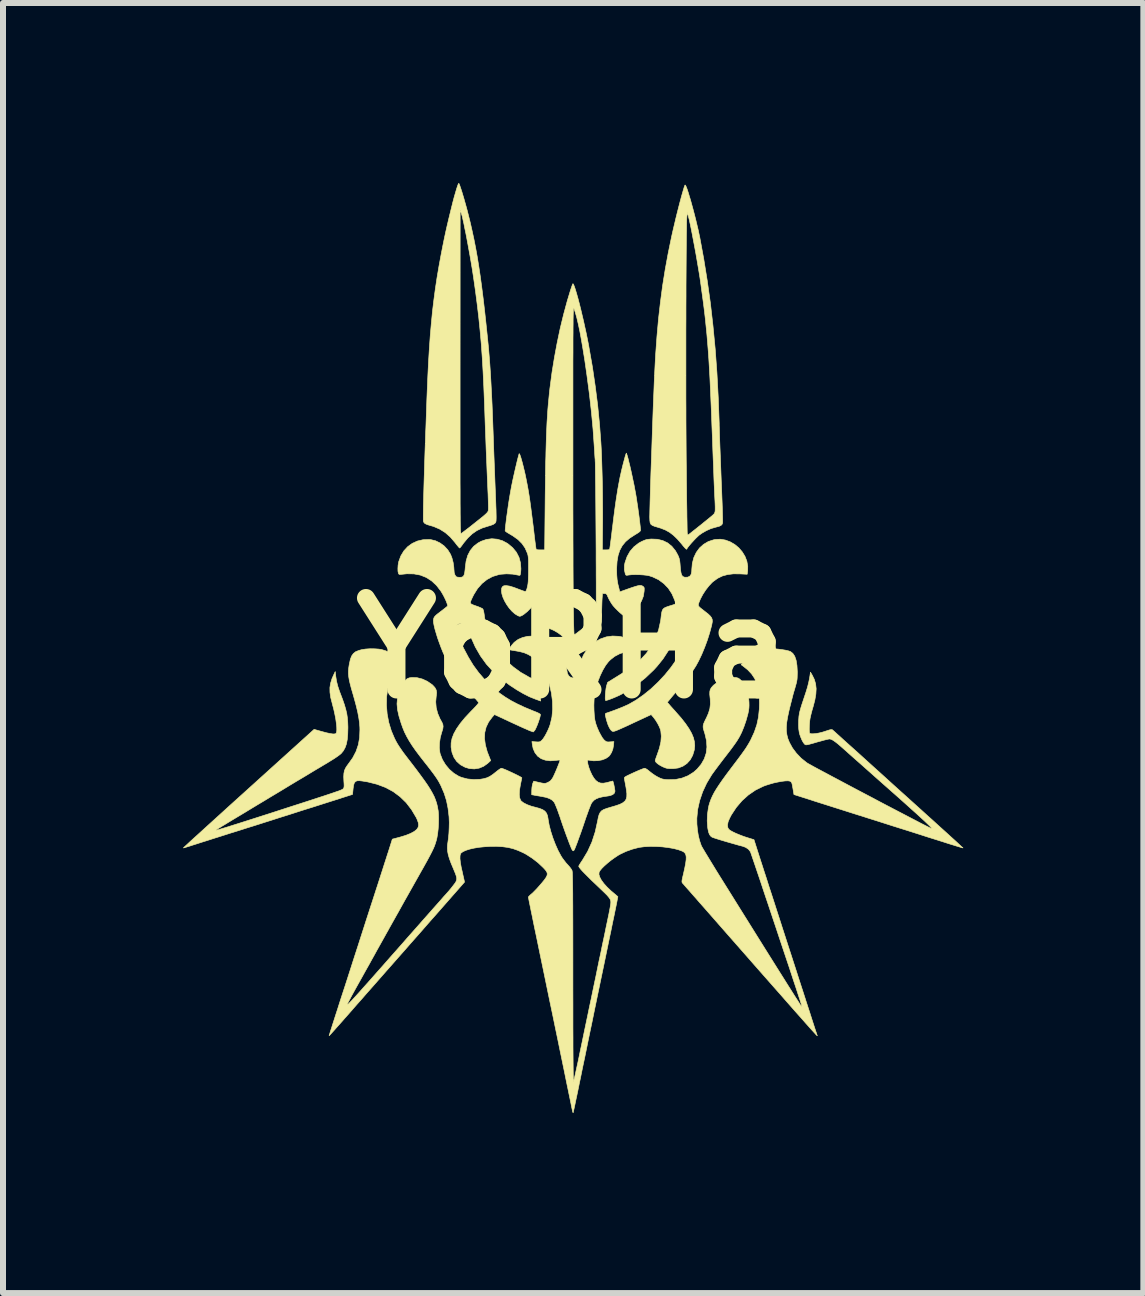
<source format=kicad_pcb>
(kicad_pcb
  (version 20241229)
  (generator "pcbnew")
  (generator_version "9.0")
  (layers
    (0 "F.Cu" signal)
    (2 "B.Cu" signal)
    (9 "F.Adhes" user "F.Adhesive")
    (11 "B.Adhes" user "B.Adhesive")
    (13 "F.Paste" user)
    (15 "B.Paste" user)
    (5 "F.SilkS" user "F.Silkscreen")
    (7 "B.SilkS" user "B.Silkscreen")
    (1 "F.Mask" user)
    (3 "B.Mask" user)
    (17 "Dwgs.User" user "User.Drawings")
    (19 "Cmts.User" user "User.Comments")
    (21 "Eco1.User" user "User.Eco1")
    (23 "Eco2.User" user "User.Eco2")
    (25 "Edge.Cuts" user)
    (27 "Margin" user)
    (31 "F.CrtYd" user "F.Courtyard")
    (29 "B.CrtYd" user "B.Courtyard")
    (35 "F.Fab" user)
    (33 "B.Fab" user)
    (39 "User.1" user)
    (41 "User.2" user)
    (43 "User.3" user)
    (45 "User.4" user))
  (footprint "YoRHa"
    (layer "F.Cu")
    (at 6.494 7.747)
    (property "Reference" "YoRHa" (at 0 0 0) (layer "F.SilkS") (effects (font (size 1.524 1.524) (thickness 0.3))))
    (attr through_hole)
    (fp_poly (pts (xy -1.894 -7.733) (xy -1.884 -7.706) (xy -1.87 -7.665) (xy -1.852 -7.611) (xy -1.833 -7.548) (xy -1.812 -7.477) (xy -1.791 -7.402) (xy -1.769 -7.324) (xy -1.749 -7.246) (xy -1.743 -7.222) (xy -1.709 -7.086) (xy -1.678 -6.949) (xy -1.648 -6.81) (xy -1.62 -6.667) (xy -1.593 -6.518) (xy -1.568 -6.362) (xy -1.543 -6.196) (xy -1.519 -6.019) (xy -1.495 -5.829) (xy -1.471 -5.625) (xy -1.447 -5.404) (xy -1.422 -5.165) (xy -1.418 -5.126) (xy -1.405 -4.996) (xy -1.394 -4.862) (xy -1.383 -4.721) (xy -1.373 -4.572) (xy -1.364 -4.412) (xy -1.355 -4.24) (xy -1.346 -4.054) (xy -1.338 -3.853) (xy -1.33 -3.633) (xy -1.326 -3.526) (xy -1.322 -3.412) (xy -1.318 -3.288) (xy -1.313 -3.159) (xy -1.308 -3.029) (xy -1.303 -2.905) (xy -1.299 -2.791) (xy -1.295 -2.692) (xy -1.29 -2.569) (xy -1.286 -2.464) (xy -1.283 -2.376) (xy -1.28 -2.304) (xy -1.279 -2.246) (xy -1.278 -2.199) (xy -1.278 -2.164) (xy -1.279 -2.137) (xy -1.28 -2.118) (xy -1.283 -2.105) (xy -1.286 -2.096) (xy -1.29 -2.089) (xy -1.295 -2.083) (xy -1.298 -2.08) (xy -1.325 -2.061) (xy -1.37 -2.044) (xy -1.41 -2.032) (xy -1.511 -2) (xy -1.599 -1.958) (xy -1.678 -1.903) (xy -1.751 -1.834) (xy -1.822 -1.748) (xy -1.846 -1.714) (xy -1.866 -1.688) (xy -1.881 -1.671) (xy -1.887 -1.667) (xy -1.896 -1.675) (xy -1.914 -1.696) (xy -1.939 -1.726) (xy -1.963 -1.758) (xy -2.042 -1.85) (xy -2.126 -1.924) (xy -2.218 -1.982) (xy -2.32 -2.026) (xy -2.372 -2.041) (xy -2.42 -2.055) (xy -2.451 -2.068) (xy -2.472 -2.081) (xy -2.484 -2.097) (xy -2.49 -2.111) (xy -2.492 -2.126) (xy -2.492 -2.161) (xy -2.492 -2.215) (xy -2.491 -2.288) (xy -2.49 -2.379) (xy -2.487 -2.486) (xy -2.484 -2.611) (xy -2.48 -2.751) (xy -2.475 -2.907) (xy -2.47 -3.078) (xy -2.464 -3.263) (xy -2.457 -3.461) (xy -2.452 -3.607) (xy -1.879 -3.607) (xy -1.879 -3.404) (xy -1.879 -3.218) (xy -1.879 -3.048) (xy -1.879 -2.893) (xy -1.879 -2.753) (xy -1.878 -2.627) (xy -1.878 -2.514) (xy -1.878 -2.413) (xy -1.877 -2.324) (xy -1.877 -2.247) (xy -1.876 -2.179) (xy -1.876 -2.121) (xy -1.875 -2.072) (xy -1.874 -2.031) (xy -1.873 -1.997) (xy -1.872 -1.97) (xy -1.871 -1.949) (xy -1.87 -1.933) (xy -1.868 -1.922) (xy -1.867 -1.915) (xy -1.865 -1.911) (xy -1.864 -1.909) (xy -1.862 -1.909) (xy -1.86 -1.91) (xy -1.846 -1.919) (xy -1.82 -1.939) (xy -1.782 -1.968) (xy -1.736 -2.003) (xy -1.685 -2.043) (xy -1.659 -2.064) (xy -1.591 -2.118) (xy -1.537 -2.161) (xy -1.496 -2.194) (xy -1.465 -2.221) (xy -1.443 -2.241) (xy -1.429 -2.256) (xy -1.419 -2.269) (xy -1.413 -2.28) (xy -1.411 -2.285) (xy -1.408 -2.304) (xy -1.407 -2.341) (xy -1.408 -2.398) (xy -1.41 -2.472) (xy -1.413 -2.564) (xy -1.417 -2.646) (xy -1.423 -2.79) (xy -1.43 -2.95) (xy -1.437 -3.126) (xy -1.445 -3.313) (xy -1.452 -3.509) (xy -1.46 -3.711) (xy -1.467 -3.916) (xy -1.473 -4.084) (xy -1.484 -4.352) (xy -1.496 -4.602) (xy -1.51 -4.84) (xy -1.526 -5.067) (xy -1.546 -5.289) (xy -1.568 -5.507) (xy -1.594 -5.726) (xy -1.623 -5.95) (xy -1.656 -6.181) (xy -1.667 -6.253) (xy -1.68 -6.335) (xy -1.695 -6.424) (xy -1.711 -6.519) (xy -1.729 -6.618) (xy -1.747 -6.717) (xy -1.765 -6.814) (xy -1.783 -6.908) (xy -1.801 -6.994) (xy -1.816 -7.071) (xy -1.831 -7.137) (xy -1.842 -7.188) (xy -1.852 -7.222) (xy -1.854 -7.229) (xy -1.878 -7.3) (xy -1.879 -4.6) (xy -1.879 -4.323) (xy -1.879 -4.065) (xy -1.879 -3.827) (xy -1.879 -3.607) (xy -2.452 -3.607) (xy -2.449 -3.673) (xy -2.441 -3.897) (xy -2.433 -4.133) (xy -2.428 -4.257) (xy -2.417 -4.519) (xy -2.405 -4.763) (xy -2.391 -4.992) (xy -2.376 -5.207) (xy -2.358 -5.412) (xy -2.339 -5.609) (xy -2.316 -5.8) (xy -2.291 -5.987) (xy -2.263 -6.173) (xy -2.231 -6.361) (xy -2.196 -6.552) (xy -2.163 -6.721) (xy -2.142 -6.824) (xy -2.119 -6.931) (xy -2.095 -7.037) (xy -2.07 -7.143) (xy -2.045 -7.246) (xy -2.021 -7.344) (xy -1.998 -7.436) (xy -1.976 -7.519) (xy -1.955 -7.591) (xy -1.937 -7.652) (xy -1.922 -7.698) (xy -1.91 -7.729) (xy -1.902 -7.742) (xy -1.901 -7.742) (xy -1.894 -7.733)) (stroke (width 0.01) (type solid)) (fill yes) (layer "F.SilkS"))
    (fp_poly (pts (xy 1.876 -7.71) (xy 1.887 -7.688) (xy 1.902 -7.65) (xy 1.919 -7.599) (xy 1.938 -7.536) (xy 1.96 -7.464) (xy 1.982 -7.384) (xy 2.005 -7.3) (xy 2.028 -7.212) (xy 2.05 -7.124) (xy 2.071 -7.036) (xy 2.091 -6.952) (xy 2.107 -6.874) (xy 2.113 -6.848) (xy 2.18 -6.484) (xy 2.239 -6.118) (xy 2.291 -5.747) (xy 2.334 -5.37) (xy 2.371 -4.983) (xy 2.4 -4.585) (xy 2.422 -4.173) (xy 2.438 -3.743) (xy 2.438 -3.713) (xy 2.441 -3.627) (xy 2.444 -3.524) (xy 2.448 -3.408) (xy 2.453 -3.283) (xy 2.458 -3.152) (xy 2.463 -3.019) (xy 2.468 -2.887) (xy 2.473 -2.76) (xy 2.475 -2.723) (xy 2.479 -2.613) (xy 2.483 -2.508) (xy 2.487 -2.411) (xy 2.49 -2.323) (xy 2.492 -2.246) (xy 2.494 -2.181) (xy 2.495 -2.132) (xy 2.495 -2.099) (xy 2.494 -2.085) (xy 2.486 -2.062) (xy 2.468 -2.044) (xy 2.437 -2.029) (xy 2.391 -2.017) (xy 2.372 -2.012) (xy 2.301 -1.991) (xy 2.224 -1.957) (xy 2.151 -1.915) (xy 2.103 -1.881) (xy 2.078 -1.858) (xy 2.046 -1.827) (xy 2.012 -1.791) (xy 1.977 -1.753) (xy 1.946 -1.717) (xy 1.921 -1.686) (xy 1.905 -1.664) (xy 1.9 -1.654) (xy 1.897 -1.646) (xy 1.886 -1.651) (xy 1.866 -1.67) (xy 1.837 -1.703) (xy 1.809 -1.738) (xy 1.741 -1.816) (xy 1.677 -1.878) (xy 1.612 -1.928) (xy 1.542 -1.967) (xy 1.463 -1.998) (xy 1.407 -2.015) (xy 1.357 -2.03) (xy 1.322 -2.045) (xy 1.299 -2.063) (xy 1.287 -2.089) (xy 1.282 -2.126) (xy 1.28 -2.179) (xy 1.28 -2.193) (xy 1.281 -2.23) (xy 1.282 -2.286) (xy 1.284 -2.358) (xy 1.286 -2.446) (xy 1.289 -2.547) (xy 1.292 -2.66) (xy 1.296 -2.782) (xy 1.3 -2.913) (xy 1.305 -3.05) (xy 1.31 -3.192) (xy 1.315 -3.337) (xy 1.32 -3.484) (xy 1.325 -3.63) (xy 1.33 -3.773) (xy 1.335 -3.913) (xy 1.34 -4.047) (xy 1.345 -4.174) (xy 1.35 -4.292) (xy 1.354 -4.398) (xy 1.358 -4.493) (xy 1.362 -4.572) (xy 1.37 -4.732) (xy 1.883 -4.732) (xy 1.883 -4.541) (xy 1.883 -4.353) (xy 1.883 -4.168) (xy 1.884 -3.988) (xy 1.884 -3.813) (xy 1.885 -3.645) (xy 1.886 -3.485) (xy 1.887 -3.335) (xy 1.888 -3.195) (xy 1.889 -3.094) (xy 1.891 -2.941) (xy 1.892 -2.795) (xy 1.894 -2.654) (xy 1.895 -2.522) (xy 1.897 -2.399) (xy 1.899 -2.287) (xy 1.9 -2.187) (xy 1.902 -2.1) (xy 1.903 -2.027) (xy 1.904 -1.97) (xy 1.905 -1.931) (xy 1.906 -1.91) (xy 1.907 -1.907) (xy 1.914 -1.888) (xy 1.924 -1.888) (xy 1.935 -1.896) (xy 1.959 -1.915) (xy 1.995 -1.944) (xy 2.04 -1.979) (xy 2.091 -2.02) (xy 2.134 -2.054) (xy 2.189 -2.099) (xy 2.24 -2.14) (xy 2.284 -2.176) (xy 2.318 -2.204) (xy 2.34 -2.224) (xy 2.348 -2.231) (xy 2.358 -2.245) (xy 2.365 -2.261) (xy 2.37 -2.282) (xy 2.371 -2.313) (xy 2.371 -2.355) (xy 2.369 -2.412) (xy 2.367 -2.456) (xy 2.365 -2.491) (xy 2.363 -2.529) (xy 2.361 -2.57) (xy 2.359 -2.616) (xy 2.357 -2.668) (xy 2.354 -2.727) (xy 2.351 -2.796) (xy 2.348 -2.875) (xy 2.345 -2.965) (xy 2.341 -3.068) (xy 2.336 -3.186) (xy 2.331 -3.319) (xy 2.326 -3.47) (xy 2.319 -3.639) (xy 2.316 -3.713) (xy 2.308 -3.936) (xy 2.299 -4.14) (xy 2.291 -4.327) (xy 2.283 -4.5) (xy 2.274 -4.661) (xy 2.265 -4.812) (xy 2.255 -4.954) (xy 2.244 -5.09) (xy 2.233 -5.222) (xy 2.22 -5.351) (xy 2.207 -5.48) (xy 2.192 -5.61) (xy 2.175 -5.745) (xy 2.156 -5.884) (xy 2.136 -6.032) (xy 2.128 -6.091) (xy 2.116 -6.174) (xy 2.101 -6.267) (xy 2.084 -6.368) (xy 2.066 -6.474) (xy 2.047 -6.583) (xy 2.027 -6.691) (xy 2.007 -6.796) (xy 1.988 -6.897) (xy 1.97 -6.989) (xy 1.953 -7.07) (xy 1.938 -7.139) (xy 1.925 -7.191) (xy 1.918 -7.216) (xy 1.906 -7.259) (xy 1.899 -7.183) (xy 1.897 -7.156) (xy 1.895 -7.11) (xy 1.894 -7.045) (xy 1.893 -6.964) (xy 1.891 -6.868) (xy 1.89 -6.756) (xy 1.889 -6.632) (xy 1.888 -6.496) (xy 1.887 -6.349) (xy 1.886 -6.192) (xy 1.885 -6.027) (xy 1.885 -5.854) (xy 1.884 -5.675) (xy 1.884 -5.492) (xy 1.883 -5.304) (xy 1.883 -5.114) (xy 1.883 -4.923) (xy 1.883 -4.732) (xy 1.37 -4.732) (xy 1.379 -4.893) (xy 1.401 -5.197) (xy 1.427 -5.487) (xy 1.459 -5.767) (xy 1.495 -6.039) (xy 1.538 -6.307) (xy 1.587 -6.574) (xy 1.642 -6.842) (xy 1.652 -6.888) (xy 1.672 -6.976) (xy 1.694 -7.068) (xy 1.716 -7.162) (xy 1.739 -7.255) (xy 1.762 -7.345) (xy 1.784 -7.43) (xy 1.805 -7.509) (xy 1.824 -7.577) (xy 1.841 -7.635) (xy 1.854 -7.678) (xy 1.864 -7.706) (xy 1.869 -7.715) (xy 1.876 -7.71)) (stroke (width 0.01) (type solid)) (fill yes) (layer "F.SilkS"))
    (fp_poly (pts (xy -0.579 -0.194) (xy -0.492 -0.172) (xy -0.412 -0.137) (xy -0.381 -0.118) (xy -0.346 -0.092) (xy -0.308 -0.059) (xy -0.276 -0.029) (xy -0.206 0.052) (xy -0.155 0.135) (xy -0.122 0.222) (xy -0.105 0.314) (xy -0.105 0.319) (xy -0.101 0.361) (xy -0.095 0.399) (xy -0.09 0.424) (xy -0.069 0.462) (xy -0.037 0.487) (xy 0.002 0.498) (xy 0.042 0.492) (xy 0.052 0.487) (xy 0.074 0.466) (xy 0.093 0.428) (xy 0.108 0.378) (xy 0.116 0.324) (xy 0.136 0.217) (xy 0.174 0.12) (xy 0.229 0.032) (xy 0.284 -0.03) (xy 0.368 -0.101) (xy 0.46 -0.153) (xy 0.558 -0.187) (xy 0.66 -0.201) (xy 0.765 -0.196) (xy 0.813 -0.187) (xy 0.888 -0.162) (xy 0.954 -0.121) (xy 1.013 -0.064) (xy 1.061 0.001) (xy 1.078 0.028) (xy 0.988 0.041) (xy 0.876 0.062) (xy 0.78 0.094) (xy 0.696 0.138) (xy 0.624 0.195) (xy 0.593 0.226) (xy 0.546 0.287) (xy 0.5 0.365) (xy 0.457 0.454) (xy 0.418 0.552) (xy 0.386 0.653) (xy 0.37 0.721) (xy 0.359 0.787) (xy 0.353 0.866) (xy 0.35 0.953) (xy 0.352 1.041) (xy 0.357 1.123) (xy 0.366 1.194) (xy 0.369 1.209) (xy 0.384 1.266) (xy 0.407 1.329) (xy 0.434 1.391) (xy 0.464 1.448) (xy 0.493 1.497) (xy 0.521 1.531) (xy 0.525 1.535) (xy 0.548 1.553) (xy 0.567 1.562) (xy 0.592 1.564) (xy 0.623 1.562) (xy 0.683 1.558) (xy 0.677 1.622) (xy 0.666 1.682) (xy 0.644 1.739) (xy 0.614 1.787) (xy 0.598 1.805) (xy 0.55 1.838) (xy 0.489 1.862) (xy 0.419 1.875) (xy 0.347 1.878) (xy 0.297 1.872) (xy 0.266 1.867) (xy 0.25 1.867) (xy 0.245 1.873) (xy 0.244 1.884) (xy 0.25 1.932) (xy 0.266 1.989) (xy 0.289 2.051) (xy 0.317 2.111) (xy 0.348 2.163) (xy 0.379 2.202) (xy 0.385 2.207) (xy 0.422 2.235) (xy 0.462 2.249) (xy 0.508 2.251) (xy 0.566 2.241) (xy 0.584 2.236) (xy 0.62 2.226) (xy 0.649 2.219) (xy 0.664 2.215) (xy 0.665 2.215) (xy 0.669 2.224) (xy 0.676 2.248) (xy 0.684 2.281) (xy 0.691 2.317) (xy 0.697 2.352) (xy 0.701 2.379) (xy 0.701 2.387) (xy 0.691 2.417) (xy 0.664 2.441) (xy 0.619 2.458) (xy 0.585 2.464) (xy 0.503 2.476) (xy 0.438 2.491) (xy 0.388 2.511) (xy 0.35 2.536) (xy 0.321 2.568) (xy 0.31 2.584) (xy 0.299 2.607) (xy 0.284 2.645) (xy 0.264 2.695) (xy 0.243 2.754) (xy 0.22 2.818) (xy 0.214 2.835) (xy 0.172 2.96) (xy 0.134 3.07) (xy 0.1 3.163) (xy 0.072 3.241) (xy 0.049 3.3) (xy 0.032 3.343) (xy 0.02 3.366) (xy 0.017 3.371) (xy 0.005 3.378) (xy -0.006 3.37) (xy -0.012 3.361) (xy -0.023 3.341) (xy -0.038 3.303) (xy -0.059 3.251) (xy -0.083 3.186) (xy -0.111 3.112) (xy -0.141 3.029) (xy -0.172 2.941) (xy -0.203 2.849) (xy -0.214 2.815) (xy -0.237 2.751) (xy -0.258 2.691) (xy -0.279 2.639) (xy -0.296 2.599) (xy -0.308 2.573) (xy -0.311 2.569) (xy -0.342 2.535) (xy -0.385 2.509) (xy -0.442 2.488) (xy -0.515 2.473) (xy -0.561 2.465) (xy -0.605 2.458) (xy -0.638 2.452) (xy -0.645 2.45) (xy -0.686 2.443) (xy -0.685 2.367) (xy -0.682 2.322) (xy -0.675 2.281) (xy -0.668 2.254) (xy -0.652 2.217) (xy -0.573 2.236) (xy -0.524 2.247) (xy -0.49 2.253) (xy -0.465 2.254) (xy -0.443 2.249) (xy -0.418 2.238) (xy -0.409 2.234) (xy -0.373 2.211) (xy -0.345 2.176) (xy -0.335 2.16) (xy -0.322 2.135) (xy -0.305 2.098) (xy -0.286 2.055) (xy -0.266 2.008) (xy -0.248 1.963) (xy -0.232 1.922) (xy -0.22 1.89) (xy -0.215 1.87) (xy -0.215 1.865) (xy -0.226 1.865) (xy -0.251 1.867) (xy -0.284 1.871) (xy -0.377 1.878) (xy -0.459 1.867) (xy -0.529 1.842) (xy -0.587 1.8) (xy -0.631 1.744) (xy -0.662 1.674) (xy -0.675 1.609) (xy -0.682 1.557) (xy -0.618 1.562) (xy -0.581 1.564) (xy -0.557 1.562) (xy -0.539 1.554) (xy -0.52 1.539) (xy -0.498 1.514) (xy -0.471 1.474) (xy -0.443 1.424) (xy -0.416 1.369) (xy -0.392 1.313) (xy -0.377 1.269) (xy -0.349 1.15) (xy -0.337 1.021) (xy -0.34 0.886) (xy -0.358 0.747) (xy -0.391 0.608) (xy -0.433 0.484) (xy -0.479 0.381) (xy -0.529 0.296) (xy -0.584 0.226) (xy -0.647 0.168) (xy -0.681 0.144) (xy -0.745 0.106) (xy -0.811 0.078) (xy -0.887 0.058) (xy -0.959 0.045) (xy -1.002 0.038) (xy -1.037 0.032) (xy -1.059 0.027) (xy -1.065 0.026) (xy -1.062 0.015) (xy -1.049 -0.006) (xy -1.03 -0.033) (xy -1.007 -0.062) (xy -0.984 -0.088) (xy -0.974 -0.098) (xy -0.912 -0.144) (xy -0.838 -0.176) (xy -0.755 -0.196) (xy -0.668 -0.201) (xy -0.579 -0.194)) (stroke (width 0.01) (type solid)) (fill yes) (layer "F.SilkS"))
    (fp_poly (pts (xy -1.26 -1.814) (xy -1.172 -1.788) (xy -1.088 -1.743) (xy -1.011 -1.679) (xy -1.005 -1.674) (xy -0.942 -1.598) (xy -0.898 -1.513) (xy -0.873 -1.421) (xy -0.866 -1.322) (xy -0.868 -1.284) (xy -0.872 -1.245) (xy -0.877 -1.223) (xy -0.882 -1.213) (xy -0.892 -1.212) (xy -0.899 -1.213) (xy -1.001 -1.232) (xy -1.105 -1.237) (xy -1.204 -1.23) (xy -1.234 -1.224) (xy -1.337 -1.193) (xy -1.43 -1.143) (xy -1.514 -1.076) (xy -1.588 -0.992) (xy -1.651 -0.891) (xy -1.671 -0.851) (xy -1.693 -0.804) (xy -1.705 -0.772) (xy -1.706 -0.75) (xy -1.694 -0.735) (xy -1.668 -0.722) (xy -1.627 -0.707) (xy -1.616 -0.703) (xy -1.573 -0.688) (xy -1.536 -0.672) (xy -1.511 -0.66) (xy -1.503 -0.655) (xy -1.494 -0.639) (xy -1.486 -0.61) (xy -1.478 -0.565) (xy -1.473 -0.525) (xy -1.45 -0.382) (xy -1.413 -0.251) (xy -1.36 -0.127) (xy -1.289 -0.005) (xy -1.284 0.003) (xy -1.2 0.113) (xy -1.101 0.219) (xy -0.989 0.317) (xy -0.87 0.404) (xy -0.747 0.474) (xy -0.747 0.475) (xy -0.682 0.509) (xy -0.633 0.539) (xy -0.598 0.57) (xy -0.574 0.604) (xy -0.559 0.646) (xy -0.549 0.699) (xy -0.544 0.767) (xy -0.544 0.769) (xy -0.536 0.882) (xy -0.631 0.848) (xy -0.725 0.81) (xy -0.829 0.757) (xy -0.938 0.693) (xy -1.049 0.62) (xy -1.159 0.538) (xy -1.194 0.511) (xy -1.325 0.394) (xy -1.44 0.268) (xy -1.539 0.131) (xy -1.626 -0.02) (xy -1.7 -0.186) (xy -1.712 -0.218) (xy -1.738 -0.287) (xy -1.76 -0.339) (xy -1.78 -0.375) (xy -1.799 -0.399) (xy -1.819 -0.411) (xy -1.841 -0.415) (xy -1.867 -0.413) (xy -1.901 -0.403) (xy -1.925 -0.386) (xy -1.939 -0.359) (xy -1.942 -0.323) (xy -1.934 -0.275) (xy -1.916 -0.215) (xy -1.887 -0.141) (xy -1.846 -0.052) (xy -1.819 0.005) (xy -1.74 0.154) (xy -1.659 0.287) (xy -1.57 0.408) (xy -1.473 0.521) (xy -1.383 0.611) (xy -1.299 0.687) (xy -1.215 0.755) (xy -1.126 0.817) (xy -1.031 0.875) (xy -0.926 0.93) (xy -0.809 0.985) (xy -0.675 1.041) (xy -0.621 1.062) (xy -0.585 1.077) (xy -0.557 1.092) (xy -0.543 1.102) (xy -0.541 1.104) (xy -0.542 1.12) (xy -0.549 1.151) (xy -0.561 1.191) (xy -0.576 1.236) (xy -0.593 1.281) (xy -0.61 1.321) (xy -0.625 1.353) (xy -0.635 1.37) (xy -0.659 1.397) (xy -0.711 1.379) (xy -0.733 1.37) (xy -0.771 1.353) (xy -0.822 1.331) (xy -0.882 1.304) (xy -0.949 1.273) (xy -1.021 1.24) (xy -1.034 1.234) (xy -1.306 1.107) (xy -1.344 1.15) (xy -1.404 1.231) (xy -1.445 1.316) (xy -1.468 1.408) (xy -1.472 1.506) (xy -1.458 1.612) (xy -1.427 1.726) (xy -1.406 1.78) (xy -1.369 1.874) (xy -1.421 1.922) (xy -1.487 1.969) (xy -1.562 2) (xy -1.641 2.013) (xy -1.722 2.007) (xy -1.792 1.987) (xy -1.871 1.945) (xy -1.934 1.89) (xy -1.981 1.822) (xy -2.013 1.741) (xy -2.029 1.651) (xy -2.028 1.579) (xy -2.013 1.504) (xy -1.983 1.426) (xy -1.937 1.343) (xy -1.875 1.254) (xy -1.796 1.158) (xy -1.699 1.055) (xy -1.698 1.054) (xy -1.651 1.006) (xy -1.616 0.969) (xy -1.593 0.943) (xy -1.579 0.925) (xy -1.572 0.913) (xy -1.572 0.904) (xy -1.577 0.897) (xy -1.588 0.884) (xy -1.61 0.858) (xy -1.641 0.822) (xy -1.678 0.779) (xy -1.72 0.731) (xy -1.728 0.721) (xy -1.807 0.63) (xy -1.873 0.55) (xy -1.929 0.478) (xy -1.977 0.413) (xy -2.019 0.351) (xy -2.056 0.289) (xy -2.091 0.225) (xy -2.125 0.156) (xy -2.129 0.147) (xy -2.162 0.075) (xy -2.194 -0.004) (xy -2.224 -0.085) (xy -2.253 -0.166) (xy -2.277 -0.244) (xy -2.298 -0.316) (xy -2.313 -0.379) (xy -2.322 -0.429) (xy -2.324 -0.464) (xy -2.324 -0.465) (xy -2.32 -0.488) (xy -2.313 -0.508) (xy -2.3 -0.528) (xy -2.278 -0.55) (xy -2.245 -0.577) (xy -2.199 -0.612) (xy -2.187 -0.621) (xy -2.15 -0.65) (xy -2.118 -0.675) (xy -2.096 -0.693) (xy -2.088 -0.701) (xy -2.088 -0.716) (xy -2.097 -0.746) (xy -2.112 -0.785) (xy -2.133 -0.83) (xy -2.156 -0.876) (xy -2.182 -0.921) (xy -2.201 -0.952) (xy -2.273 -1.045) (xy -2.354 -1.12) (xy -2.443 -1.177) (xy -2.541 -1.216) (xy -2.647 -1.236) (xy -2.764 -1.238) (xy -2.843 -1.23) (xy -2.875 -1.227) (xy -2.892 -1.228) (xy -2.901 -1.235) (xy -2.907 -1.247) (xy -2.914 -1.281) (xy -2.915 -1.327) (xy -2.912 -1.379) (xy -2.904 -1.428) (xy -2.901 -1.441) (xy -2.866 -1.536) (xy -2.816 -1.619) (xy -2.752 -1.689) (xy -2.676 -1.744) (xy -2.591 -1.783) (xy -2.498 -1.805) (xy -2.398 -1.809) (xy -2.368 -1.807) (xy -2.289 -1.788) (xy -2.213 -1.751) (xy -2.143 -1.7) (xy -2.084 -1.636) (xy -2.038 -1.562) (xy -2.014 -1.5) (xy -1.995 -1.427) (xy -1.984 -1.352) (xy -1.981 -1.308) (xy -1.977 -1.257) (xy -1.964 -1.217) (xy -1.945 -1.191) (xy -1.935 -1.185) (xy -1.914 -1.181) (xy -1.885 -1.179) (xy -1.88 -1.179) (xy -1.85 -1.182) (xy -1.828 -1.193) (xy -1.813 -1.216) (xy -1.803 -1.252) (xy -1.796 -1.304) (xy -1.793 -1.339) (xy -1.779 -1.449) (xy -1.751 -1.545) (xy -1.709 -1.626) (xy -1.653 -1.695) (xy -1.582 -1.75) (xy -1.529 -1.779) (xy -1.44 -1.81) (xy -1.35 -1.822) (xy -1.26 -1.814)) (stroke (width 0.01) (type solid)) (fill yes) (layer "F.SilkS"))
    (fp_poly (pts (xy 1.407 -1.813) (xy 1.498 -1.791) (xy 1.579 -1.752) (xy 1.649 -1.695) (xy 1.709 -1.621) (xy 1.748 -1.551) (xy 1.763 -1.517) (xy 1.773 -1.487) (xy 1.78 -1.453) (xy 1.785 -1.41) (xy 1.789 -1.358) (xy 1.795 -1.294) (xy 1.803 -1.247) (xy 1.814 -1.215) (xy 1.829 -1.195) (xy 1.85 -1.184) (xy 1.869 -1.18) (xy 1.915 -1.182) (xy 1.948 -1.198) (xy 1.97 -1.229) (xy 1.98 -1.277) (xy 1.981 -1.308) (xy 1.99 -1.412) (xy 2.015 -1.508) (xy 2.056 -1.594) (xy 2.11 -1.668) (xy 2.177 -1.728) (xy 2.256 -1.775) (xy 2.345 -1.804) (xy 2.37 -1.809) (xy 2.456 -1.814) (xy 2.54 -1.8) (xy 2.621 -1.77) (xy 2.697 -1.726) (xy 2.764 -1.67) (xy 2.821 -1.604) (xy 2.867 -1.529) (xy 2.898 -1.449) (xy 2.913 -1.364) (xy 2.912 -1.287) (xy 2.904 -1.23) (xy 2.786 -1.236) (xy 2.674 -1.237) (xy 2.577 -1.225) (xy 2.49 -1.201) (xy 2.412 -1.163) (xy 2.339 -1.11) (xy 2.319 -1.093) (xy 2.266 -1.036) (xy 2.212 -0.967) (xy 2.164 -0.893) (xy 2.125 -0.819) (xy 2.11 -0.783) (xy 2.098 -0.753) (xy 2.091 -0.731) (xy 2.09 -0.714) (xy 2.096 -0.698) (xy 2.112 -0.68) (xy 2.14 -0.657) (xy 2.18 -0.626) (xy 2.204 -0.607) (xy 2.255 -0.567) (xy 2.29 -0.533) (xy 2.312 -0.503) (xy 2.322 -0.473) (xy 2.323 -0.438) (xy 2.315 -0.394) (xy 2.312 -0.378) (xy 2.28 -0.259) (xy 2.241 -0.135) (xy 2.195 -0.011) (xy 2.146 0.107) (xy 2.095 0.214) (xy 2.049 0.298) (xy 2.015 0.351) (xy 1.981 0.403) (xy 1.943 0.456) (xy 1.9 0.512) (xy 1.85 0.575) (xy 1.79 0.647) (xy 1.718 0.731) (xy 1.676 0.78) (xy 1.639 0.824) (xy 1.609 0.861) (xy 1.587 0.887) (xy 1.576 0.902) (xy 1.575 0.904) (xy 1.581 0.913) (xy 1.6 0.934) (xy 1.627 0.966) (xy 1.663 1.006) (xy 1.704 1.051) (xy 1.713 1.062) (xy 1.803 1.164) (xy 1.876 1.257) (xy 1.934 1.342) (xy 1.978 1.42) (xy 2.008 1.492) (xy 2.025 1.561) (xy 2.03 1.628) (xy 2.023 1.694) (xy 2.022 1.699) (xy 1.996 1.786) (xy 1.955 1.861) (xy 1.901 1.921) (xy 1.834 1.967) (xy 1.756 1.997) (xy 1.671 2.008) (xy 1.619 2.008) (xy 1.573 2.004) (xy 1.549 1.998) (xy 1.498 1.978) (xy 1.451 1.953) (xy 1.412 1.927) (xy 1.384 1.901) (xy 1.372 1.879) (xy 1.372 1.875) (xy 1.375 1.859) (xy 1.385 1.83) (xy 1.398 1.793) (xy 1.403 1.781) (xy 1.442 1.667) (xy 1.466 1.563) (xy 1.473 1.468) (xy 1.465 1.383) (xy 1.458 1.355) (xy 1.44 1.31) (xy 1.413 1.257) (xy 1.379 1.202) (xy 1.343 1.153) (xy 1.335 1.144) (xy 1.304 1.108) (xy 1.024 1.238) (xy 0.935 1.28) (xy 0.863 1.313) (xy 0.805 1.339) (xy 0.76 1.359) (xy 0.726 1.373) (xy 0.701 1.382) (xy 0.683 1.387) (xy 0.669 1.388) (xy 0.659 1.386) (xy 0.651 1.382) (xy 0.63 1.362) (xy 0.608 1.327) (xy 0.586 1.279) (xy 0.567 1.222) (xy 0.558 1.191) (xy 0.547 1.146) (xy 0.541 1.116) (xy 0.54 1.099) (xy 0.545 1.09) (xy 0.554 1.085) (xy 0.556 1.084) (xy 0.598 1.07) (xy 0.651 1.051) (xy 0.711 1.029) (xy 0.773 1.005) (xy 0.832 0.981) (xy 0.882 0.959) (xy 0.92 0.942) (xy 0.925 0.94) (xy 1.049 0.869) (xy 1.175 0.781) (xy 1.3 0.68) (xy 1.42 0.567) (xy 1.533 0.446) (xy 1.635 0.32) (xy 1.704 0.222) (xy 1.752 0.144) (xy 1.797 0.06) (xy 1.839 -0.027) (xy 1.876 -0.112) (xy 1.906 -0.192) (xy 1.927 -0.263) (xy 1.937 -0.32) (xy 1.937 -0.362) (xy 1.922 -0.39) (xy 1.892 -0.407) (xy 1.862 -0.413) (xy 1.834 -0.414) (xy 1.81 -0.407) (xy 1.789 -0.388) (xy 1.769 -0.357) (xy 1.747 -0.311) (xy 1.723 -0.247) (xy 1.723 -0.246) (xy 1.659 -0.091) (xy 1.586 0.05) (xy 1.501 0.181) (xy 1.4 0.306) (xy 1.347 0.364) (xy 1.207 0.497) (xy 1.056 0.616) (xy 0.892 0.722) (xy 0.82 0.763) (xy 0.778 0.785) (xy 0.729 0.807) (xy 0.678 0.829) (xy 0.63 0.848) (xy 0.588 0.863) (xy 0.558 0.872) (xy 0.546 0.874) (xy 0.542 0.864) (xy 0.539 0.84) (xy 0.54 0.803) (xy 0.542 0.761) (xy 0.547 0.715) (xy 0.552 0.673) (xy 0.559 0.636) (xy 0.563 0.623) (xy 0.579 0.571) (xy 0.749 0.466) (xy 0.808 0.429) (xy 0.868 0.391) (xy 0.923 0.354) (xy 0.97 0.323) (xy 0.998 0.302) (xy 1.119 0.201) (xy 1.223 0.089) (xy 1.31 -0.034) (xy 1.379 -0.165) (xy 1.429 -0.306) (xy 1.462 -0.455) (xy 1.467 -0.495) (xy 1.474 -0.557) (xy 1.482 -0.602) (xy 1.492 -0.634) (xy 1.508 -0.656) (xy 1.532 -0.673) (xy 1.568 -0.688) (xy 1.616 -0.704) (xy 1.627 -0.707) (xy 1.665 -0.719) (xy 1.695 -0.729) (xy 1.712 -0.735) (xy 1.715 -0.736) (xy 1.713 -0.746) (xy 1.706 -0.77) (xy 1.697 -0.796) (xy 1.651 -0.903) (xy 1.59 -0.997) (xy 1.515 -1.075) (xy 1.428 -1.139) (xy 1.329 -1.186) (xy 1.27 -1.205) (xy 1.228 -1.213) (xy 1.172 -1.219) (xy 1.108 -1.223) (xy 1.044 -1.224) (xy 0.984 -1.223) (xy 0.936 -1.218) (xy 0.922 -1.216) (xy 0.897 -1.212) (xy 0.883 -1.217) (xy 0.874 -1.233) (xy 0.873 -1.237) (xy 0.858 -1.304) (xy 0.859 -1.379) (xy 0.868 -1.423) (xy 0.903 -1.524) (xy 0.953 -1.613) (xy 1.018 -1.688) (xy 1.097 -1.749) (xy 1.143 -1.774) (xy 1.187 -1.794) (xy 1.223 -1.807) (xy 1.262 -1.813) (xy 1.307 -1.817) (xy 1.407 -1.813)) (stroke (width 0.01) (type solid)) (fill yes) (layer "F.SilkS"))
    (fp_poly (pts (xy 0.005 -6.068) (xy 0.015 -6.049) (xy 0.029 -6.013) (xy 0.045 -5.963) (xy 0.064 -5.899) (xy 0.085 -5.825) (xy 0.107 -5.741) (xy 0.13 -5.65) (xy 0.153 -5.552) (xy 0.177 -5.451) (xy 0.2 -5.346) (xy 0.223 -5.242) (xy 0.244 -5.138) (xy 0.264 -5.037) (xy 0.268 -5.011) (xy 0.326 -4.68) (xy 0.373 -4.36) (xy 0.413 -4.046) (xy 0.444 -3.73) (xy 0.467 -3.419) (xy 0.472 -3.33) (xy 0.477 -3.223) (xy 0.481 -3.103) (xy 0.485 -2.972) (xy 0.489 -2.834) (xy 0.492 -2.691) (xy 0.494 -2.548) (xy 0.495 -2.407) (xy 0.496 -2.271) (xy 0.496 -2.144) (xy 0.495 -2.028) (xy 0.495 -2.024) (xy 0.491 -1.636) (xy 0.55 -1.636) (xy 0.584 -1.637) (xy 0.602 -1.64) (xy 0.611 -1.649) (xy 0.615 -1.659) (xy 0.617 -1.674) (xy 0.622 -1.707) (xy 0.628 -1.755) (xy 0.636 -1.815) (xy 0.645 -1.886) (xy 0.654 -1.964) (xy 0.661 -2.017) (xy 0.68 -2.173) (xy 0.698 -2.311) (xy 0.715 -2.434) (xy 0.732 -2.545) (xy 0.748 -2.646) (xy 0.765 -2.739) (xy 0.782 -2.827) (xy 0.783 -2.835) (xy 0.795 -2.888) (xy 0.808 -2.947) (xy 0.823 -3.009) (xy 0.838 -3.069) (xy 0.853 -3.125) (xy 0.866 -3.174) (xy 0.877 -3.213) (xy 0.886 -3.238) (xy 0.891 -3.248) (xy 0.891 -3.248) (xy 0.897 -3.233) (xy 0.907 -3.202) (xy 0.92 -3.156) (xy 0.934 -3.097) (xy 0.951 -3.03) (xy 0.968 -2.955) (xy 0.985 -2.877) (xy 1.002 -2.796) (xy 1.019 -2.717) (xy 1.033 -2.641) (xy 1.046 -2.572) (xy 1.051 -2.543) (xy 1.06 -2.489) (xy 1.069 -2.426) (xy 1.08 -2.356) (xy 1.09 -2.283) (xy 1.1 -2.21) (xy 1.109 -2.141) (xy 1.116 -2.079) (xy 1.122 -2.027) (xy 1.126 -1.988) (xy 1.128 -1.967) (xy 1.125 -1.954) (xy 1.113 -1.94) (xy 1.091 -1.923) (xy 1.054 -1.9) (xy 1.034 -1.888) (xy 0.947 -1.832) (xy 0.877 -1.772) (xy 0.822 -1.705) (xy 0.781 -1.629) (xy 0.753 -1.543) (xy 0.736 -1.443) (xy 0.729 -1.328) (xy 0.729 -1.3) (xy 0.731 -1.215) (xy 0.737 -1.141) (xy 0.749 -1.069) (xy 0.769 -0.989) (xy 0.771 -0.979) (xy 0.782 -0.937) (xy 0.922 -0.987) (xy 0.991 -1.011) (xy 1.044 -1.028) (xy 1.084 -1.039) (xy 1.114 -1.044) (xy 1.136 -1.043) (xy 1.154 -1.037) (xy 1.164 -1.031) (xy 1.178 -1.021) (xy 1.186 -1.01) (xy 1.189 -0.992) (xy 1.188 -0.961) (xy 1.186 -0.939) (xy 1.173 -0.861) (xy 1.143 -0.785) (xy 1.096 -0.709) (xy 1.031 -0.632) (xy 0.981 -0.581) (xy 0.939 -0.547) (xy 0.905 -0.528) (xy 0.878 -0.525) (xy 0.873 -0.526) (xy 0.851 -0.537) (xy 0.82 -0.56) (xy 0.783 -0.591) (xy 0.744 -0.628) (xy 0.706 -0.666) (xy 0.673 -0.703) (xy 0.656 -0.725) (xy 0.629 -0.767) (xy 0.603 -0.812) (xy 0.585 -0.85) (xy 0.571 -0.883) (xy 0.559 -0.9) (xy 0.546 -0.908) (xy 0.527 -0.909) (xy 0.493 -0.909) (xy 0.486 -0.808) (xy 0.484 -0.758) (xy 0.482 -0.695) (xy 0.48 -0.628) (xy 0.479 -0.563) (xy 0.479 -0.558) (xy 0.478 -0.493) (xy 0.475 -0.445) (xy 0.468 -0.409) (xy 0.455 -0.382) (xy 0.433 -0.36) (xy 0.402 -0.339) (xy 0.357 -0.315) (xy 0.342 -0.308) (xy 0.26 -0.258) (xy 0.189 -0.199) (xy 0.126 -0.126) (xy 0.067 -0.037) (xy 0.067 -0.037) (xy 0.043 0.002) (xy 0.024 0.034) (xy 0.011 0.054) (xy 0.007 0.061) (xy 0.001 0.052) (xy -0.013 0.03) (xy -0.033 -0.002) (xy -0.053 -0.033) (xy -0.081 -0.077) (xy -0.11 -0.12) (xy -0.135 -0.155) (xy -0.147 -0.169) (xy -0.192 -0.213) (xy -0.249 -0.255) (xy -0.312 -0.292) (xy -0.363 -0.315) (xy -0.401 -0.329) (xy -0.431 -0.342) (xy -0.453 -0.356) (xy -0.469 -0.375) (xy -0.479 -0.4) (xy -0.485 -0.435) (xy -0.487 -0.481) (xy -0.486 -0.542) (xy -0.484 -0.62) (xy -0.483 -0.646) (xy -0.481 -0.712) (xy -0.48 -0.771) (xy -0.48 -0.821) (xy -0.48 -0.859) (xy -0.482 -0.881) (xy -0.482 -0.883) (xy -0.497 -0.905) (xy -0.509 -0.915) (xy -0.535 -0.92) (xy -0.558 -0.905) (xy -0.578 -0.87) (xy -0.584 -0.854) (xy -0.611 -0.794) (xy -0.652 -0.73) (xy -0.703 -0.666) (xy -0.759 -0.609) (xy -0.816 -0.563) (xy -0.847 -0.543) (xy -0.872 -0.532) (xy -0.89 -0.53) (xy -0.912 -0.538) (xy -0.917 -0.54) (xy -0.967 -0.571) (xy -1.015 -0.614) (xy -1.061 -0.666) (xy -1.102 -0.724) (xy -1.137 -0.784) (xy -1.165 -0.845) (xy -1.183 -0.903) (xy -1.19 -0.955) (xy -1.186 -0.999) (xy -1.174 -1.022) (xy -1.15 -1.038) (xy -1.111 -1.041) (xy -1.056 -1.033) (xy -0.986 -1.012) (xy -0.933 -0.992) (xy -0.886 -0.974) (xy -0.845 -0.959) (xy -0.814 -0.948) (xy -0.797 -0.943) (xy -0.797 -0.943) (xy -0.786 -0.945) (xy -0.777 -0.959) (xy -0.766 -0.987) (xy -0.76 -1.011) (xy -0.753 -1.04) (xy -0.748 -1.071) (xy -0.744 -1.109) (xy -0.742 -1.156) (xy -0.74 -1.217) (xy -0.739 -1.294) (xy -0.739 -1.3) (xy -0.739 -1.374) (xy -0.739 -1.431) (xy -0.74 -1.475) (xy -0.743 -1.508) (xy -0.746 -1.535) (xy -0.751 -1.558) (xy -0.758 -1.58) (xy -0.759 -1.582) (xy -0.796 -1.667) (xy -0.847 -1.741) (xy -0.914 -1.808) (xy -0.998 -1.868) (xy -1.04 -1.893) (xy -1.077 -1.915) (xy -1.107 -1.934) (xy -1.124 -1.948) (xy -1.128 -1.954) (xy -1.126 -1.988) (xy -1.121 -2.039) (xy -1.113 -2.103) (xy -1.104 -2.179) (xy -1.092 -2.261) (xy -1.08 -2.348) (xy -1.067 -2.436) (xy -1.053 -2.522) (xy -1.039 -2.603) (xy -1.026 -2.675) (xy -1.026 -2.677) (xy -1.015 -2.731) (xy -1.002 -2.794) (xy -0.987 -2.862) (xy -0.971 -2.933) (xy -0.955 -3.003) (xy -0.939 -3.07) (xy -0.925 -3.129) (xy -0.912 -3.179) (xy -0.902 -3.216) (xy -0.896 -3.237) (xy -0.895 -3.239) (xy -0.889 -3.235) (xy -0.88 -3.214) (xy -0.868 -3.179) (xy -0.854 -3.131) (xy -0.838 -3.073) (xy -0.822 -3.008) (xy -0.805 -2.938) (xy -0.798 -2.908) (xy -0.78 -2.822) (xy -0.763 -2.735) (xy -0.746 -2.644) (xy -0.73 -2.547) (xy -0.714 -2.44) (xy -0.698 -2.321) (xy -0.681 -2.188) (xy -0.662 -2.039) (xy -0.655 -1.981) (xy -0.646 -1.904) (xy -0.638 -1.833) (xy -0.63 -1.771) (xy -0.623 -1.719) (xy -0.618 -1.682) (xy -0.615 -1.661) (xy -0.615 -1.659) (xy -0.61 -1.646) (xy -0.6 -1.64) (xy -0.58 -1.637) (xy -0.545 -1.636) (xy -0.54 -1.636) (xy -0.47 -1.636) (xy -0.463 -2.329) (xy -0.461 -2.55) (xy -0.458 -2.751) (xy -0.456 -2.936) (xy -0.453 -3.104) (xy -0.45 -3.195) (xy 0.001 -3.195) (xy 0.001 -2.879) (xy 0.001 -2.583) (xy 0.001 -2.306) (xy 0.002 -2.048) (xy 0.002 -1.809) (xy 0.003 -1.588) (xy 0.003 -1.385) (xy 0.004 -1.199) (xy 0.005 -1.031) (xy 0.006 -0.88) (xy 0.008 -0.745) (xy 0.009 -0.626) (xy 0.011 -0.524) (xy 0.012 -0.437) (xy 0.014 -0.365) (xy 0.016 -0.308) (xy 0.018 -0.265) (xy 0.02 -0.237) (xy 0.023 -0.223) (xy 0.025 -0.221) (xy 0.036 -0.229) (xy 0.061 -0.247) (xy 0.095 -0.273) (xy 0.137 -0.305) (xy 0.168 -0.329) (xy 0.233 -0.379) (xy 0.284 -0.42) (xy 0.322 -0.453) (xy 0.349 -0.479) (xy 0.368 -0.501) (xy 0.379 -0.52) (xy 0.386 -0.538) (xy 0.387 -0.552) (xy 0.388 -0.585) (xy 0.388 -0.635) (xy 0.389 -0.701) (xy 0.389 -0.781) (xy 0.389 -0.874) (xy 0.389 -0.978) (xy 0.389 -1.092) (xy 0.388 -1.215) (xy 0.388 -1.344) (xy 0.387 -1.479) (xy 0.387 -1.618) (xy 0.386 -1.759) (xy 0.385 -1.9) (xy 0.384 -2.042) (xy 0.383 -2.181) (xy 0.382 -2.316) (xy 0.381 -2.447) (xy 0.38 -2.57) (xy 0.379 -2.686) (xy 0.377 -2.792) (xy 0.376 -2.887) (xy 0.375 -2.969) (xy 0.374 -3.037) (xy 0.373 -3.09) (xy 0.371 -3.126) (xy 0.371 -3.139) (xy 0.368 -3.168) (xy 0.365 -3.213) (xy 0.362 -3.268) (xy 0.358 -3.33) (xy 0.355 -3.373) (xy 0.336 -3.644) (xy 0.309 -3.931) (xy 0.275 -4.234) (xy 0.233 -4.552) (xy 0.198 -4.796) (xy 0.169 -4.975) (xy 0.142 -5.135) (xy 0.116 -5.276) (xy 0.09 -5.399) (xy 0.065 -5.505) (xy 0.04 -5.593) (xy 0.021 -5.649) (xy 0.019 -5.655) (xy 0.017 -5.66) (xy 0.015 -5.663) (xy 0.013 -5.663) (xy 0.012 -5.659) (xy 0.01 -5.651) (xy 0.009 -5.638) (xy 0.008 -5.618) (xy 0.007 -5.592) (xy 0.006 -5.558) (xy 0.005 -5.516) (xy 0.004 -5.465) (xy 0.004 -5.404) (xy 0.003 -5.332) (xy 0.003 -5.249) (xy 0.002 -5.154) (xy 0.002 -5.045) (xy 0.002 -4.923) (xy 0.001 -4.786) (xy 0.001 -4.633) (xy 0.001 -4.465) (xy 0.001 -4.28) (xy 0.001 -4.076) (xy 0.001 -3.855) (xy 0.001 -3.614) (xy 0.001 -3.531) (xy 0.001 -3.195) (xy -0.45 -3.195) (xy -0.449 -3.258) (xy -0.445 -3.399) (xy -0.441 -3.529) (xy -0.436 -3.649) (xy -0.431 -3.761) (xy -0.424 -3.865) (xy -0.418 -3.964) (xy -0.41 -4.059) (xy -0.401 -4.151) (xy -0.392 -4.243) (xy -0.382 -4.335) (xy -0.38 -4.348) (xy -0.348 -4.591) (xy -0.308 -4.838) (xy -0.262 -5.085) (xy -0.211 -5.327) (xy -0.154 -5.561) (xy -0.094 -5.782) (xy -0.039 -5.964) (xy -0.025 -6.006) (xy -0.013 -6.04) (xy -0.005 -6.063) (xy -0.002 -6.069) (xy 0.005 -6.068)) (stroke (width 0.01) (type solid)) (fill yes) (layer "F.SilkS"))
    (fp_poly (pts (xy 3.369 0.012) (xy 3.428 0.018) (xy 3.488 0.026) (xy 3.544 0.035) (xy 3.591 0.046) (xy 3.623 0.057) (xy 3.624 0.057) (xy 3.664 0.088) (xy 3.696 0.136) (xy 3.719 0.203) (xy 3.733 0.289) (xy 3.739 0.392) (xy 3.739 0.41) (xy 3.738 0.453) (xy 3.737 0.489) (xy 3.735 0.519) (xy 3.73 0.55) (xy 3.722 0.586) (xy 3.71 0.629) (xy 3.694 0.686) (xy 3.683 0.721) (xy 3.668 0.774) (xy 3.651 0.841) (xy 3.632 0.915) (xy 3.613 0.99) (xy 3.601 1.041) (xy 3.578 1.147) (xy 3.563 1.237) (xy 3.556 1.315) (xy 3.557 1.384) (xy 3.566 1.447) (xy 3.582 1.509) (xy 3.607 1.571) (xy 3.608 1.573) (xy 3.658 1.664) (xy 3.724 1.752) (xy 3.802 1.834) (xy 3.888 1.903) (xy 3.906 1.916) (xy 3.923 1.926) (xy 3.956 1.944) (xy 4.004 1.971) (xy 4.065 2.004) (xy 4.138 2.043) (xy 4.221 2.087) (xy 4.314 2.137) (xy 4.414 2.19) (xy 4.521 2.247) (xy 4.632 2.306) (xy 4.747 2.367) (xy 4.865 2.429) (xy 4.983 2.491) (xy 5.101 2.554) (xy 5.217 2.615) (xy 5.33 2.674) (xy 5.439 2.731) (xy 5.541 2.784) (xy 5.636 2.834) (xy 5.723 2.879) (xy 5.799 2.919) (xy 5.864 2.952) (xy 5.917 2.979) (xy 5.955 2.998) (xy 5.978 3.009) (xy 5.984 3.011) (xy 5.981 3.004) (xy 5.968 2.989) (xy 5.944 2.963) (xy 5.909 2.929) (xy 5.862 2.884) (xy 5.802 2.829) (xy 5.729 2.762) (xy 5.643 2.685) (xy 5.543 2.595) (xy 5.429 2.493) (xy 5.3 2.379) (xy 5.248 2.333) (xy 5.153 2.249) (xy 5.058 2.165) (xy 4.966 2.083) (xy 4.877 2.004) (xy 4.794 1.93) (xy 4.718 1.863) (xy 4.651 1.804) (xy 4.595 1.754) (xy 4.552 1.715) (xy 4.538 1.703) (xy 4.471 1.644) (xy 4.417 1.597) (xy 4.373 1.563) (xy 4.338 1.538) (xy 4.309 1.523) (xy 4.286 1.515) (xy 4.272 1.514) (xy 4.256 1.517) (xy 4.224 1.524) (xy 4.18 1.535) (xy 4.126 1.55) (xy 4.067 1.566) (xy 4.003 1.585) (xy 3.955 1.598) (xy 3.921 1.607) (xy 3.898 1.611) (xy 3.882 1.612) (xy 3.872 1.609) (xy 3.864 1.603) (xy 3.86 1.6) (xy 3.84 1.575) (xy 3.818 1.536) (xy 3.798 1.489) (xy 3.78 1.44) (xy 3.771 1.404) (xy 3.763 1.349) (xy 3.76 1.281) (xy 3.761 1.208) (xy 3.766 1.137) (xy 3.775 1.08) (xy 3.784 1.044) (xy 3.798 0.994) (xy 3.816 0.936) (xy 3.837 0.873) (xy 3.85 0.834) (xy 3.883 0.735) (xy 3.909 0.65) (xy 3.928 0.574) (xy 3.943 0.502) (xy 3.95 0.457) (xy 3.958 0.401) (xy 3.987 0.45) (xy 4.022 0.521) (xy 4.044 0.596) (xy 4.053 0.677) (xy 4.048 0.766) (xy 4.031 0.866) (xy 4.005 0.967) (xy 3.988 1.024) (xy 3.973 1.08) (xy 3.961 1.129) (xy 3.953 1.166) (xy 3.952 1.17) (xy 3.946 1.21) (xy 3.942 1.256) (xy 3.939 1.304) (xy 3.938 1.349) (xy 3.939 1.387) (xy 3.942 1.412) (xy 3.945 1.419) (xy 3.965 1.427) (xy 4 1.428) (xy 4.046 1.424) (xy 4.1 1.415) (xy 4.157 1.401) (xy 4.201 1.387) (xy 4.25 1.371) (xy 4.283 1.361) (xy 4.305 1.358) (xy 4.319 1.359) (xy 4.326 1.363) (xy 4.336 1.372) (xy 4.36 1.393) (xy 4.396 1.426) (xy 4.445 1.47) (xy 4.503 1.523) (xy 4.572 1.585) (xy 4.649 1.654) (xy 4.733 1.729) (xy 4.823 1.811) (xy 4.918 1.897) (xy 4.993 1.965) (xy 5.104 2.065) (xy 5.221 2.171) (xy 5.34 2.279) (xy 5.461 2.388) (xy 5.58 2.495) (xy 5.695 2.599) (xy 5.805 2.698) (xy 5.906 2.79) (xy 5.997 2.871) (xy 6.072 2.94) (xy 6.151 3.011) (xy 6.225 3.078) (xy 6.293 3.14) (xy 6.354 3.195) (xy 6.405 3.242) (xy 6.447 3.281) (xy 6.477 3.309) (xy 6.495 3.325) (xy 6.499 3.329) (xy 6.492 3.328) (xy 6.473 3.323) (xy 6.44 3.313) (xy 6.393 3.299) (xy 6.332 3.28) (xy 6.254 3.256) (xy 6.161 3.226) (xy 6.05 3.191) (xy 5.922 3.151) (xy 5.776 3.104) (xy 5.682 3.074) (xy 5.572 3.039) (xy 5.45 3.001) (xy 5.32 2.96) (xy 5.186 2.917) (xy 5.051 2.874) (xy 4.92 2.833) (xy 4.796 2.793) (xy 4.765 2.784) (xy 4.651 2.748) (xy 4.535 2.711) (xy 4.421 2.675) (xy 4.311 2.64) (xy 4.207 2.607) (xy 4.112 2.577) (xy 4.03 2.551) (xy 3.963 2.529) (xy 3.932 2.519) (xy 3.683 2.44) (xy 3.667 2.345) (xy 3.658 2.295) (xy 3.651 2.26) (xy 3.643 2.239) (xy 3.632 2.226) (xy 3.618 2.218) (xy 3.613 2.216) (xy 3.583 2.211) (xy 3.537 2.213) (xy 3.48 2.22) (xy 3.414 2.232) (xy 3.345 2.247) (xy 3.275 2.267) (xy 3.209 2.288) (xy 3.17 2.303) (xy 3.042 2.366) (xy 2.924 2.447) (xy 2.817 2.543) (xy 2.722 2.655) (xy 2.639 2.781) (xy 2.611 2.835) (xy 2.586 2.894) (xy 2.576 2.947) (xy 2.581 2.99) (xy 2.596 3.017) (xy 2.62 3.037) (xy 2.661 3.06) (xy 2.715 3.086) (xy 2.778 3.112) (xy 2.846 3.138) (xy 2.898 3.155) (xy 3.017 3.192) (xy 3.079 3.387) (xy 3.098 3.446) (xy 3.122 3.522) (xy 3.152 3.614) (xy 3.186 3.72) (xy 3.224 3.836) (xy 3.264 3.963) (xy 3.308 4.097) (xy 3.353 4.236) (xy 3.399 4.379) (xy 3.446 4.524) (xy 3.492 4.668) (xy 3.538 4.81) (xy 3.576 4.928) (xy 3.603 5.011) (xy 3.635 5.109) (xy 3.671 5.221) (xy 3.71 5.341) (xy 3.75 5.466) (xy 3.791 5.593) (xy 3.832 5.719) (xy 3.871 5.84) (xy 3.881 5.872) (xy 3.915 5.976) (xy 3.947 6.074) (xy 3.976 6.165) (xy 4.002 6.246) (xy 4.025 6.317) (xy 4.044 6.375) (xy 4.059 6.419) (xy 4.068 6.447) (xy 4.072 6.457) (xy 4.073 6.459) (xy 4.071 6.459) (xy 4.067 6.456) (xy 4.059 6.448) (xy 4.048 6.437) (xy 4.033 6.42) (xy 4.013 6.398) (xy 3.988 6.371) (xy 3.957 6.337) (xy 3.921 6.296) (xy 3.878 6.248) (xy 3.829 6.192) (xy 3.772 6.128) (xy 3.707 6.055) (xy 3.635 5.973) (xy 3.554 5.881) (xy 3.464 5.778) (xy 3.364 5.665) (xy 3.255 5.541) (xy 3.135 5.405) (xy 3.004 5.256) (xy 2.863 5.095) (xy 2.709 4.92) (xy 2.544 4.732) (xy 2.366 4.529) (xy 2.181 4.318) (xy 2.114 4.243) (xy 2.052 4.171) (xy 1.994 4.106) (xy 1.943 4.047) (xy 1.899 3.998) (xy 1.865 3.959) (xy 1.841 3.931) (xy 1.829 3.918) (xy 1.828 3.917) (xy 1.821 3.908) (xy 1.818 3.898) (xy 1.817 3.883) (xy 1.82 3.86) (xy 1.827 3.825) (xy 1.839 3.775) (xy 1.845 3.749) (xy 1.865 3.658) (xy 1.879 3.584) (xy 1.887 3.525) (xy 1.888 3.48) (xy 1.882 3.445) (xy 1.869 3.418) (xy 1.849 3.398) (xy 1.825 3.384) (xy 1.76 3.36) (xy 1.679 3.339) (xy 1.586 3.323) (xy 1.487 3.311) (xy 1.385 3.305) (xy 1.285 3.304) (xy 1.191 3.309) (xy 1.107 3.32) (xy 1.097 3.322) (xy 0.99 3.35) (xy 0.886 3.387) (xy 0.791 3.432) (xy 0.757 3.451) (xy 0.695 3.492) (xy 0.634 3.536) (xy 0.576 3.583) (xy 0.524 3.629) (xy 0.481 3.672) (xy 0.451 3.709) (xy 0.437 3.734) (xy 0.434 3.77) (xy 0.447 3.814) (xy 0.474 3.865) (xy 0.516 3.922) (xy 0.57 3.982) (xy 0.635 4.044) (xy 0.646 4.053) (xy 0.684 4.085) (xy 0.716 4.112) (xy 0.738 4.131) (xy 0.749 4.14) (xy 0.749 4.141) (xy 0.748 4.15) (xy 0.742 4.179) (xy 0.734 4.223) (xy 0.722 4.283) (xy 0.707 4.356) (xy 0.69 4.44) (xy 0.67 4.534) (xy 0.649 4.636) (xy 0.627 4.745) (xy 0.62 4.776) (xy 0.566 5.037) (xy 0.513 5.293) (xy 0.461 5.542) (xy 0.411 5.783) (xy 0.363 6.014) (xy 0.318 6.235) (xy 0.274 6.444) (xy 0.234 6.64) (xy 0.197 6.821) (xy 0.162 6.986) (xy 0.132 7.135) (xy 0.105 7.264) (xy 0.101 7.285) (xy 0.082 7.378) (xy 0.064 7.464) (xy 0.047 7.543) (xy 0.033 7.611) (xy 0.021 7.667) (xy 0.012 7.708) (xy 0.006 7.733) (xy 0.005 7.741) (xy -0.000077 7.735) (xy -0.005 7.72) (xy -0.008 7.705) (xy -0.015 7.673) (xy -0.025 7.625) (xy -0.037 7.563) (xy -0.052 7.491) (xy -0.069 7.41) (xy -0.087 7.322) (xy -0.097 7.275) (xy -0.12 7.162) (xy -0.147 7.029) (xy -0.178 6.879) (xy -0.213 6.71) (xy -0.251 6.524) (xy -0.293 6.322) (xy -0.338 6.104) (xy -0.387 5.871) (xy -0.438 5.624) (xy -0.492 5.363) (xy -0.549 5.089) (xy -0.608 4.803) (xy -0.615 4.77) (xy -0.638 4.661) (xy -0.659 4.559) (xy -0.678 4.464) (xy -0.696 4.378) (xy -0.711 4.303) (xy -0.724 4.241) (xy -0.733 4.194) (xy -0.739 4.162) (xy -0.742 4.149) (xy -0.742 4.149) (xy -0.734 4.137) (xy -0.715 4.118) (xy -0.698 4.103) (xy -0.673 4.082) (xy -0.64 4.049) (xy -0.603 4.011) (xy -0.571 3.975) (xy -0.517 3.913) (xy -0.476 3.863) (xy -0.448 3.823) (xy -0.431 3.79) (xy -0.426 3.762) (xy -0.432 3.736) (xy -0.448 3.709) (xy -0.474 3.678) (xy -0.495 3.656) (xy -0.581 3.575) (xy -0.677 3.501) (xy -0.776 3.437) (xy -0.827 3.41) (xy -0.914 3.371) (xy -0.998 3.341) (xy -1.082 3.321) (xy -1.172 3.309) (xy -1.272 3.303) (xy -1.379 3.304) (xy -1.474 3.31) (xy -1.565 3.319) (xy -1.648 3.333) (xy -1.722 3.35) (xy -1.784 3.37) (xy -1.832 3.392) (xy -1.863 3.415) (xy -1.871 3.426) (xy -1.88 3.459) (xy -1.881 3.509) (xy -1.874 3.574) (xy -1.86 3.653) (xy -1.854 3.679) (xy -1.842 3.731) (xy -1.831 3.782) (xy -1.821 3.824) (xy -1.816 3.847) (xy -1.805 3.898) (xy -2.286 4.446) (xy -2.381 4.553) (xy -2.483 4.67) (xy -2.59 4.792) (xy -2.7 4.916) (xy -2.809 5.041) (xy -2.916 5.162) (xy -3.016 5.276) (xy -3.109 5.381) (xy -3.179 5.461) (xy -3.261 5.554) (xy -3.346 5.651) (xy -3.433 5.749) (xy -3.517 5.846) (xy -3.599 5.938) (xy -3.674 6.024) (xy -3.742 6.102) (xy -3.8 6.167) (xy -3.824 6.195) (xy -3.879 6.257) (xy -3.929 6.313) (xy -3.973 6.363) (xy -4.01 6.404) (xy -4.038 6.435) (xy -4.055 6.453) (xy -4.061 6.458) (xy -4.058 6.448) (xy -4.05 6.421) (xy -4.037 6.378) (xy -4.019 6.322) (xy -3.997 6.253) (xy -3.972 6.175) (xy -3.944 6.088) (xy -3.914 5.996) (xy -3.912 5.989) (xy -3.88 5.888) (xy -3.842 5.771) (xy -3.8 5.643) (xy -3.756 5.507) (xy -3.711 5.367) (xy -3.666 5.226) (xy -3.622 5.09) (xy -3.58 4.961) (xy -3.566 4.917) (xy -3.528 4.798) (xy -3.488 4.674) (xy -3.448 4.549) (xy -3.408 4.426) (xy -3.37 4.308) (xy -3.334 4.198) (xy -3.302 4.099) (xy -3.275 4.015) (xy -3.261 3.973) (xy -3.231 3.88) (xy -3.2 3.783) (xy -3.168 3.684) (xy -3.138 3.59) (xy -3.11 3.504) (xy -3.087 3.431) (xy -3.079 3.408) (xy -3.008 3.183) (xy -2.883 3.15) (xy -2.784 3.12) (xy -2.704 3.088) (xy -2.643 3.055) (xy -2.601 3.021) (xy -2.6 3.02) (xy -2.578 2.986) (xy -2.57 2.949) (xy -2.576 2.906) (xy -2.596 2.852) (xy -2.61 2.822) (xy -2.688 2.691) (xy -2.777 2.575) (xy -2.879 2.476) (xy -2.993 2.391) (xy -3.121 2.322) (xy -3.262 2.269) (xy -3.416 2.23) (xy -3.506 2.215) (xy -3.558 2.209) (xy -3.596 2.211) (xy -3.622 2.223) (xy -3.641 2.246) (xy -3.653 2.284) (xy -3.661 2.339) (xy -3.664 2.37) (xy -3.671 2.438) (xy -3.86 2.498) (xy -3.92 2.518) (xy -3.994 2.541) (xy -4.079 2.568) (xy -4.17 2.597) (xy -4.261 2.626) (xy -4.349 2.654) (xy -4.359 2.657) (xy -4.449 2.685) (xy -4.547 2.716) (xy -4.646 2.748) (xy -4.742 2.779) (xy -4.829 2.806) (xy -4.902 2.829) (xy -4.958 2.847) (xy -5.029 2.87) (xy -5.115 2.897) (xy -5.212 2.928) (xy -5.316 2.961) (xy -5.426 2.995) (xy -5.538 3.031) (xy -5.65 3.066) (xy -5.69 3.078) (xy -5.796 3.112) (xy -5.9 3.145) (xy -5.999 3.176) (xy -6.092 3.206) (xy -6.175 3.232) (xy -6.247 3.255) (xy -6.306 3.274) (xy -6.348 3.287) (xy -6.365 3.293) (xy -6.411 3.307) (xy -6.449 3.319) (xy -6.477 3.327) (xy -6.489 3.329) (xy -6.489 3.329) (xy -6.482 3.322) (xy -6.461 3.302) (xy -6.426 3.27) (xy -6.379 3.226) (xy -6.32 3.172) (xy -6.25 3.109) (xy -6.17 3.036) (xy -6.081 2.955) (xy -5.983 2.866) (xy -5.878 2.771) (xy -5.766 2.669) (xy -5.649 2.563) (xy -5.526 2.452) (xy -5.402 2.34) (xy -4.311 1.354) (xy -4.19 1.388) (xy -4.108 1.41) (xy -4.043 1.424) (xy -3.995 1.431) (xy -3.962 1.429) (xy -3.947 1.423) (xy -3.937 1.403) (xy -3.933 1.366) (xy -3.934 1.314) (xy -3.941 1.25) (xy -3.951 1.177) (xy -3.967 1.096) (xy -3.986 1.01) (xy -4.01 0.921) (xy -4.01 0.919) (xy -4.035 0.822) (xy -4.047 0.736) (xy -4.048 0.658) (xy -4.036 0.584) (xy -4.013 0.509) (xy -3.99 0.457) (xy -3.959 0.391) (xy -3.951 0.465) (xy -3.938 0.549) (xy -3.917 0.634) (xy -3.886 0.726) (xy -3.874 0.757) (xy -3.836 0.857) (xy -3.806 0.944) (xy -3.784 1.02) (xy -3.767 1.091) (xy -3.757 1.16) (xy -3.751 1.232) (xy -3.748 1.31) (xy -3.748 1.332) (xy -3.751 1.437) (xy -3.759 1.525) (xy -3.773 1.598) (xy -3.795 1.659) (xy -3.824 1.712) (xy -3.862 1.758) (xy -3.866 1.761) (xy -3.889 1.78) (xy -3.926 1.807) (xy -3.976 1.841) (xy -4.036 1.878) (xy -4.102 1.919) (xy -4.121 1.93) (xy -4.155 1.95) (xy -4.203 1.979) (xy -4.264 2.015) (xy -4.336 2.058) (xy -4.418 2.108) (xy -4.508 2.162) (xy -4.606 2.22) (xy -4.709 2.282) (xy -4.816 2.347) (xy -4.925 2.413) (xy -5.036 2.479) (xy -5.146 2.546) (xy -5.255 2.611) (xy -5.361 2.675) (xy -5.461 2.736) (xy -5.556 2.793) (xy -5.643 2.845) (xy -5.721 2.892) (xy -5.788 2.933) (xy -5.843 2.966) (xy -5.885 2.992) (xy -5.912 3.008) (xy -5.922 3.014) (xy -5.937 3.026) (xy -5.941 3.034) (xy -5.933 3.033) (xy -5.91 3.027) (xy -5.873 3.016) (xy -5.82 3) (xy -5.751 2.979) (xy -5.666 2.952) (xy -5.564 2.92) (xy -5.445 2.882) (xy -5.307 2.838) (xy -5.151 2.788) (xy -5.06 2.759) (xy -4.881 2.701) (xy -4.721 2.649) (xy -4.578 2.603) (xy -4.451 2.562) (xy -4.34 2.526) (xy -4.243 2.494) (xy -4.159 2.467) (xy -4.087 2.443) (xy -4.027 2.423) (xy -3.977 2.406) (xy -3.937 2.392) (xy -3.904 2.381) (xy -3.879 2.371) (xy -3.86 2.363) (xy -3.846 2.357) (xy -3.837 2.352) (xy -3.831 2.348) (xy -3.827 2.344) (xy -3.827 2.344) (xy -3.818 2.332) (xy -3.813 2.317) (xy -3.811 2.294) (xy -3.812 2.26) (xy -3.815 2.217) (xy -3.818 2.146) (xy -3.815 2.089) (xy -3.806 2.042) (xy -3.788 2) (xy -3.761 1.958) (xy -3.743 1.934) (xy -3.668 1.829) (xy -3.612 1.722) (xy -3.574 1.61) (xy -3.553 1.491) (xy -3.548 1.361) (xy -3.549 1.318) (xy -3.555 1.241) (xy -3.567 1.16) (xy -3.584 1.069) (xy -3.608 0.967) (xy -3.639 0.852) (xy -3.663 0.767) (xy -3.69 0.675) (xy -3.71 0.599) (xy -3.725 0.535) (xy -3.734 0.48) (xy -3.739 0.43) (xy -3.739 0.383) (xy -3.735 0.334) (xy -3.727 0.28) (xy -3.723 0.26) (xy -3.707 0.187) (xy -3.686 0.132) (xy -3.657 0.091) (xy -3.618 0.06) (xy -3.565 0.039) (xy -3.518 0.026) (xy -3.454 0.016) (xy -3.38 0.011) (xy -3.303 0.012) (xy -3.232 0.017) (xy -3.182 0.026) (xy -3.119 0.045) (xy -3.051 0.074) (xy -2.988 0.108) (xy -2.963 0.124) (xy -2.938 0.144) (xy -2.907 0.171) (xy -2.874 0.201) (xy -2.845 0.23) (xy -2.821 0.256) (xy -2.806 0.274) (xy -2.804 0.279) (xy -2.812 0.29) (xy -2.832 0.309) (xy -2.861 0.331) (xy -2.865 0.334) (xy -2.94 0.399) (xy -3.002 0.478) (xy -3.05 0.569) (xy -3.082 0.67) (xy -3.084 0.677) (xy -3.103 0.811) (xy -3.106 0.952) (xy -3.094 1.097) (xy -3.067 1.24) (xy -3.025 1.378) (xy -2.971 1.505) (xy -2.948 1.55) (xy -2.924 1.593) (xy -2.897 1.636) (xy -2.866 1.682) (xy -2.829 1.735) (xy -2.783 1.796) (xy -2.727 1.869) (xy -2.702 1.901) (xy -2.614 2.016) (xy -2.539 2.117) (xy -2.474 2.206) (xy -2.42 2.284) (xy -2.375 2.355) (xy -2.339 2.418) (xy -2.309 2.477) (xy -2.287 2.533) (xy -2.269 2.587) (xy -2.256 2.642) (xy -2.246 2.699) (xy -2.244 2.708) (xy -2.239 2.77) (xy -2.237 2.846) (xy -2.239 2.929) (xy -2.244 3.012) (xy -2.253 3.09) (xy -2.264 3.156) (xy -2.265 3.162) (xy -2.276 3.206) (xy -2.289 3.249) (xy -2.304 3.293) (xy -2.324 3.34) (xy -2.35 3.394) (xy -2.382 3.456) (xy -2.421 3.529) (xy -2.47 3.617) (xy -2.49 3.653) (xy -2.532 3.727) (xy -2.579 3.811) (xy -2.631 3.903) (xy -2.685 3.999) (xy -2.74 4.097) (xy -2.796 4.196) (xy -2.85 4.293) (xy -2.901 4.385) (xy -2.949 4.47) (xy -2.991 4.545) (xy -3.027 4.609) (xy -3.055 4.659) (xy -3.066 4.679) (xy -3.08 4.705) (xy -3.104 4.747) (xy -3.135 4.803) (xy -3.173 4.871) (xy -3.216 4.948) (xy -3.263 5.032) (xy -3.313 5.123) (xy -3.365 5.216) (xy -3.385 5.253) (xy -3.457 5.381) (xy -3.519 5.493) (xy -3.573 5.589) (xy -3.618 5.67) (xy -3.656 5.739) (xy -3.687 5.795) (xy -3.711 5.841) (xy -3.73 5.876) (xy -3.744 5.903) (xy -3.754 5.922) (xy -3.759 5.934) (xy -3.761 5.941) (xy -3.761 5.943) (xy -3.761 5.944) (xy -3.755 5.941) (xy -3.746 5.933) (xy -3.73 5.919) (xy -3.71 5.898) (xy -3.682 5.869) (xy -3.648 5.832) (xy -3.606 5.786) (xy -3.555 5.73) (xy -3.496 5.663) (xy -3.427 5.586) (xy -3.347 5.496) (xy -3.257 5.394) (xy -3.155 5.279) (xy -3.041 5.149) (xy -2.939 5.034) (xy -2.841 4.923) (xy -2.745 4.813) (xy -2.65 4.706) (xy -2.559 4.603) (xy -2.474 4.506) (xy -2.394 4.416) (xy -2.321 4.333) (xy -2.256 4.26) (xy -2.201 4.198) (xy -2.157 4.147) (xy -2.124 4.111) (xy -2.114 4.1) (xy -2.069 4.049) (xy -2.028 4) (xy -1.994 3.956) (xy -1.967 3.921) (xy -1.951 3.897) (xy -1.949 3.893) (xy -1.94 3.871) (xy -1.935 3.849) (xy -1.936 3.826) (xy -1.943 3.797) (xy -1.956 3.759) (xy -1.977 3.708) (xy -1.991 3.674) (xy -2.029 3.584) (xy -2.057 3.508) (xy -2.076 3.443) (xy -2.087 3.386) (xy -2.091 3.333) (xy -2.089 3.282) (xy -2.083 3.24) (xy -2.073 3.168) (xy -2.065 3.084) (xy -2.061 2.994) (xy -2.059 2.906) (xy -2.062 2.827) (xy -2.063 2.809) (xy -2.08 2.668) (xy -2.106 2.539) (xy -2.144 2.419) (xy -2.195 2.3) (xy -2.195 2.299) (xy -2.215 2.26) (xy -2.236 2.221) (xy -2.26 2.182) (xy -2.289 2.139) (xy -2.324 2.09) (xy -2.368 2.032) (xy -2.421 1.963) (xy -2.468 1.904) (xy -2.55 1.799) (xy -2.619 1.707) (xy -2.677 1.624) (xy -2.726 1.547) (xy -2.768 1.473) (xy -2.804 1.401) (xy -2.835 1.326) (xy -2.863 1.246) (xy -2.89 1.158) (xy -2.897 1.135) (xy -2.921 1.028) (xy -2.93 0.929) (xy -2.922 0.834) (xy -2.897 0.74) (xy -2.855 0.641) (xy -2.848 0.627) (xy -2.817 0.573) (xy -2.789 0.535) (xy -2.76 0.51) (xy -2.726 0.496) (xy -2.683 0.49) (xy -2.682 0.49) (xy -2.596 0.493) (xy -2.509 0.515) (xy -2.426 0.553) (xy -2.349 0.606) (xy -2.337 0.616) (xy -2.299 0.657) (xy -2.277 0.698) (xy -2.27 0.744) (xy -2.276 0.801) (xy -2.277 0.804) (xy -2.285 0.896) (xy -2.277 0.992) (xy -2.252 1.089) (xy -2.212 1.182) (xy -2.204 1.195) (xy -2.18 1.239) (xy -2.166 1.273) (xy -2.162 1.305) (xy -2.166 1.34) (xy -2.179 1.385) (xy -2.186 1.406) (xy -2.209 1.49) (xy -2.222 1.578) (xy -2.225 1.662) (xy -2.216 1.738) (xy -2.21 1.764) (xy -2.174 1.857) (xy -2.122 1.943) (xy -2.057 2.021) (xy -1.982 2.086) (xy -1.9 2.136) (xy -1.853 2.155) (xy -1.757 2.18) (xy -1.653 2.19) (xy -1.547 2.186) (xy -1.486 2.176) (xy -1.433 2.161) (xy -1.385 2.139) (xy -1.334 2.105) (xy -1.281 2.063) (xy -1.247 2.036) (xy -1.217 2.015) (xy -1.196 2.003) (xy -1.19 2.002) (xy -1.174 2.006) (xy -1.145 2.017) (xy -1.106 2.033) (xy -1.06 2.054) (xy -1.012 2.076) (xy -0.964 2.099) (xy -0.921 2.12) (xy -0.885 2.139) (xy -0.86 2.153) (xy -0.85 2.161) (xy -0.85 2.161) (xy -0.853 2.175) (xy -0.859 2.204) (xy -0.867 2.243) (xy -0.874 2.277) (xy -0.889 2.366) (xy -0.893 2.438) (xy -0.887 2.494) (xy -0.87 2.535) (xy -0.86 2.549) (xy -0.82 2.579) (xy -0.763 2.608) (xy -0.69 2.635) (xy -0.624 2.652) (xy -0.555 2.671) (xy -0.503 2.692) (xy -0.466 2.717) (xy -0.44 2.749) (xy -0.423 2.791) (xy -0.413 2.845) (xy -0.412 2.855) (xy -0.395 2.95) (xy -0.368 3.054) (xy -0.333 3.163) (xy -0.292 3.27) (xy -0.247 3.371) (xy -0.2 3.459) (xy -0.179 3.493) (xy -0.148 3.535) (xy -0.113 3.58) (xy -0.081 3.615) (xy -0.053 3.647) (xy -0.029 3.679) (xy -0.014 3.704) (xy -0.014 3.704) (xy -0.013 3.711) (xy -0.011 3.722) (xy -0.009 3.739) (xy -0.008 3.763) (xy -0.007 3.795) (xy -0.006 3.834) (xy -0.005 3.883) (xy -0.004 3.942) (xy -0.003 4.011) (xy -0.002 4.093) (xy -0.002 4.187) (xy -0.001 4.294) (xy -0.001 4.416) (xy -0.000445 4.553) (xy -0.000187 4.706) (xy 0.000011 4.876) (xy 0.000154 5.063) (xy 0.000252 5.269) (xy 0.000308 5.489) (xy 0.000404 5.718) (xy 0.001 5.934) (xy 0.001 6.134) (xy 0.001 6.319) (xy 0.002 6.488) (xy 0.002 6.641) (xy 0.003 6.777) (xy 0.004 6.896) (xy 0.005 6.997) (xy 0.006 7.08) (xy 0.007 7.145) (xy 0.008 7.19) (xy 0.009 7.216) (xy 0.01 7.223) (xy 0.014 7.209) (xy 0.022 7.178) (xy 0.033 7.132) (xy 0.046 7.073) (xy 0.061 7.004) (xy 0.078 6.928) (xy 0.091 6.867) (xy 0.105 6.8) (xy 0.122 6.716) (xy 0.143 6.617) (xy 0.166 6.506) (xy 0.191 6.385) (xy 0.218 6.256) (xy 0.246 6.123) (xy 0.274 5.987) (xy 0.303 5.852) (xy 0.325 5.745) (xy 0.353 5.611) (xy 0.382 5.474) (xy 0.41 5.336) (xy 0.438 5.201) (xy 0.466 5.071) (xy 0.491 4.948) (xy 0.515 4.836) (xy 0.536 4.736) (xy 0.553 4.652) (xy 0.564 4.6) (xy 0.584 4.505) (xy 0.6 4.428) (xy 0.612 4.366) (xy 0.621 4.318) (xy 0.627 4.281) (xy 0.631 4.254) (xy 0.632 4.234) (xy 0.631 4.218) (xy 0.629 4.206) (xy 0.626 4.196) (xy 0.616 4.176) (xy 0.598 4.151) (xy 0.571 4.119) (xy 0.531 4.079) (xy 0.478 4.028) (xy 0.476 4.026) (xy 0.386 3.94) (xy 0.309 3.867) (xy 0.247 3.805) (xy 0.196 3.754) (xy 0.157 3.714) (xy 0.129 3.682) (xy 0.11 3.658) (xy 0.1 3.642) (xy 0.098 3.632) (xy 0.098 3.631) (xy 0.107 3.614) (xy 0.124 3.586) (xy 0.147 3.551) (xy 0.16 3.532) (xy 0.246 3.388) (xy 0.317 3.232) (xy 0.372 3.062) (xy 0.412 2.881) (xy 0.424 2.818) (xy 0.438 2.771) (xy 0.456 2.736) (xy 0.481 2.709) (xy 0.517 2.688) (xy 0.567 2.67) (xy 0.63 2.651) (xy 0.715 2.626) (xy 0.782 2.603) (xy 0.831 2.578) (xy 0.866 2.55) (xy 0.888 2.516) (xy 0.898 2.475) (xy 0.899 2.423) (xy 0.891 2.359) (xy 0.884 2.316) (xy 0.875 2.268) (xy 0.867 2.224) (xy 0.861 2.191) (xy 0.858 2.174) (xy 0.857 2.165) (xy 0.86 2.156) (xy 0.869 2.147) (xy 0.888 2.135) (xy 0.918 2.12) (xy 0.962 2.099) (xy 1.014 2.075) (xy 1.068 2.051) (xy 1.117 2.03) (xy 1.157 2.014) (xy 1.185 2.004) (xy 1.197 2.002) (xy 1.214 2.008) (xy 1.241 2.025) (xy 1.272 2.05) (xy 1.282 2.058) (xy 1.324 2.091) (xy 1.374 2.125) (xy 1.42 2.151) (xy 1.42 2.151) (xy 1.458 2.169) (xy 1.489 2.18) (xy 1.522 2.187) (xy 1.564 2.191) (xy 1.593 2.192) (xy 1.709 2.189) (xy 1.818 2.166) (xy 1.919 2.126) (xy 2.011 2.068) (xy 2.069 2.017) (xy 2.138 1.935) (xy 2.189 1.846) (xy 2.221 1.75) (xy 2.233 1.649) (xy 2.226 1.541) (xy 2.2 1.429) (xy 2.195 1.413) (xy 2.18 1.365) (xy 2.171 1.328) (xy 2.17 1.297) (xy 2.177 1.264) (xy 2.193 1.226) (xy 2.217 1.177) (xy 2.222 1.169) (xy 2.259 1.085) (xy 2.282 1.008) (xy 2.291 0.931) (xy 2.288 0.846) (xy 2.286 0.831) (xy 2.28 0.771) (xy 2.281 0.726) (xy 2.289 0.69) (xy 2.307 0.659) (xy 2.335 0.627) (xy 2.346 0.616) (xy 2.421 0.56) (xy 2.506 0.518) (xy 2.598 0.494) (xy 2.672 0.488) (xy 2.717 0.49) (xy 2.753 0.5) (xy 2.783 0.519) (xy 2.811 0.55) (xy 2.839 0.597) (xy 2.858 0.635) (xy 2.89 0.702) (xy 2.911 0.759) (xy 2.924 0.815) (xy 2.932 0.875) (xy 2.934 0.904) (xy 2.935 0.955) (xy 2.933 0.998) (xy 2.927 1.043) (xy 2.916 1.096) (xy 2.912 1.11) (xy 2.884 1.211) (xy 2.849 1.312) (xy 2.811 1.405) (xy 2.777 1.473) (xy 2.757 1.507) (xy 2.735 1.543) (xy 2.708 1.583) (xy 2.675 1.629) (xy 2.635 1.684) (xy 2.585 1.749) (xy 2.525 1.827) (xy 2.504 1.854) (xy 2.46 1.912) (xy 2.416 1.97) (xy 2.375 2.025) (xy 2.34 2.073) (xy 2.314 2.109) (xy 2.312 2.112) (xy 2.229 2.25) (xy 2.162 2.394) (xy 2.112 2.541) (xy 2.079 2.689) (xy 2.065 2.836) (xy 2.066 2.931) (xy 2.075 3.03) (xy 2.09 3.124) (xy 2.111 3.209) (xy 2.135 3.279) (xy 2.141 3.295) (xy 2.152 3.315) (xy 2.173 3.351) (xy 2.202 3.4) (xy 2.239 3.461) (xy 2.282 3.532) (xy 2.331 3.612) (xy 2.384 3.699) (xy 2.441 3.791) (xy 2.491 3.871) (xy 2.639 4.108) (xy 2.779 4.333) (xy 2.911 4.544) (xy 3.035 4.743) (xy 3.15 4.927) (xy 3.257 5.098) (xy 3.355 5.254) (xy 3.444 5.396) (xy 3.524 5.523) (xy 3.594 5.635) (xy 3.655 5.731) (xy 3.706 5.812) (xy 3.748 5.877) (xy 3.779 5.926) (xy 3.8 5.958) (xy 3.81 5.973) (xy 3.812 5.974) (xy 3.813 5.965) (xy 3.809 5.944) (xy 3.805 5.931) (xy 3.796 5.903) (xy 3.782 5.859) (xy 3.762 5.799) (xy 3.738 5.725) (xy 3.71 5.639) (xy 3.677 5.541) (xy 3.642 5.434) (xy 3.604 5.318) (xy 3.563 5.196) (xy 3.52 5.068) (xy 3.476 4.936) (xy 3.431 4.801) (xy 3.386 4.665) (xy 3.34 4.528) (xy 3.295 4.393) (xy 3.251 4.261) (xy 3.208 4.134) (xy 3.167 4.011) (xy 3.129 3.896) (xy 3.093 3.789) (xy 3.06 3.692) (xy 3.031 3.606) (xy 3.006 3.533) (xy 2.986 3.474) (xy 2.971 3.43) (xy 2.961 3.402) (xy 2.958 3.393) (xy 2.926 3.352) (xy 2.879 3.32) (xy 2.831 3.302) (xy 2.769 3.286) (xy 2.702 3.267) (xy 2.632 3.247) (xy 2.562 3.227) (xy 2.495 3.207) (xy 2.435 3.189) (xy 2.384 3.173) (xy 2.345 3.16) (xy 2.321 3.151) (xy 2.317 3.149) (xy 2.292 3.129) (xy 2.274 3.101) (xy 2.26 3.063) (xy 2.249 3.01) (xy 2.245 2.982) (xy 2.238 2.88) (xy 2.242 2.771) (xy 2.257 2.666) (xy 2.266 2.623) (xy 2.282 2.57) (xy 2.301 2.518) (xy 2.325 2.464) (xy 2.355 2.406) (xy 2.393 2.343) (xy 2.439 2.273) (xy 2.495 2.192) (xy 2.561 2.101) (xy 2.64 1.996) (xy 2.646 1.988) (xy 2.712 1.901) (xy 2.767 1.828) (xy 2.812 1.767) (xy 2.849 1.715) (xy 2.88 1.671) (xy 2.905 1.631) (xy 2.927 1.595) (xy 2.947 1.56) (xy 2.966 1.524) (xy 3.023 1.4) (xy 3.065 1.277) (xy 3.092 1.15) (xy 3.106 1.014) (xy 3.109 0.913) (xy 3.104 0.789) (xy 3.09 0.681) (xy 3.065 0.587) (xy 3.027 0.504) (xy 2.977 0.43) (xy 2.913 0.362) (xy 2.847 0.309) (xy 2.804 0.277) (xy 2.889 0.196) (xy 2.978 0.122) (xy 3.068 0.067) (xy 3.162 0.031) (xy 3.26 0.013) (xy 3.317 0.01) (xy 3.369 0.012)) (stroke (width 0.01) (type solid)) (fill yes) (layer "F.SilkS")))
  (gr_rect
    (start -3 -3)
    (end 15.998 18.492)
    (stroke (width 0.1) (type default))
    (fill no)
    (layer "Edge.Cuts")))
</source>
